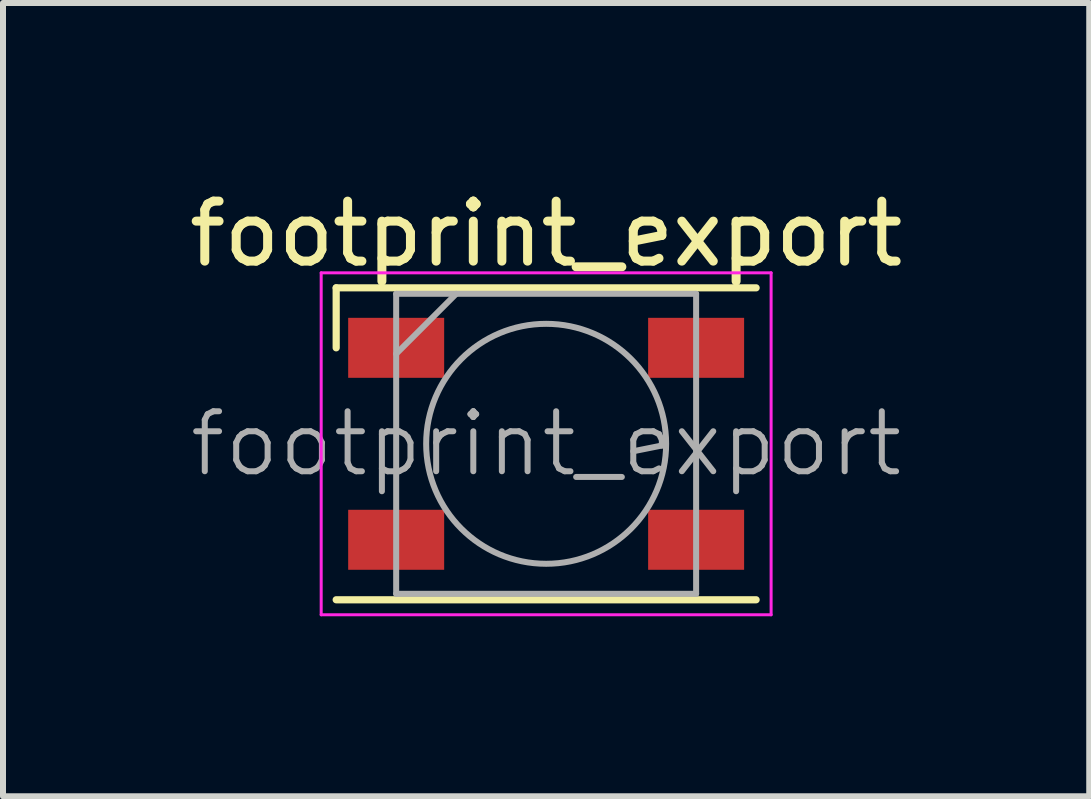
<source format=kicad_pcb>
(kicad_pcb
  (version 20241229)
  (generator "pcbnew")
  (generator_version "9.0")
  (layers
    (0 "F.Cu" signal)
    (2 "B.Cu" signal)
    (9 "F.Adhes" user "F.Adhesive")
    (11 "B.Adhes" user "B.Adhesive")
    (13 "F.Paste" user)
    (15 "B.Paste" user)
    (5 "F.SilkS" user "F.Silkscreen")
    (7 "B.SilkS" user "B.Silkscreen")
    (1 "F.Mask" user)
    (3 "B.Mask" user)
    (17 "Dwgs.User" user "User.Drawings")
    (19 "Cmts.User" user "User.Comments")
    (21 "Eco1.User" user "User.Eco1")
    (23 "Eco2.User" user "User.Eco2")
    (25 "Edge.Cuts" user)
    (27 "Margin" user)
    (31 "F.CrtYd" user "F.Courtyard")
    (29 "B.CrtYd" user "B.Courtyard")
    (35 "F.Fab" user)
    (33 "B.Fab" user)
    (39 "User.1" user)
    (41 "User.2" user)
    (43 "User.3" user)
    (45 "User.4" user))
  (footprint "footprint_export"
    (layer "F.Cu")
    (at 6.054 4.348)
    (property "Reference" "footprint_export" (at 0 -3.5 0) (layer "F.SilkS") (effects (font (size 1 1) (thickness 0.15))))
    (attr smd)
    (fp_line (start -3.5 -2.6) (end 3.5 -2.6) (stroke (width 0.12) (type solid)) (layer "F.SilkS"))
    (fp_line (start -3.5 -1.6) (end -3.5 -2.6) (stroke (width 0.12) (type solid)) (layer "F.SilkS"))
    (fp_line (start -3.5 2.6) (end 3.5 2.6) (stroke (width 0.12) (type solid)) (layer "F.SilkS"))
    (fp_line (start -3.75 -2.85) (end -3.75 2.85) (stroke (width 0.05) (type solid)) (layer "F.CrtYd"))
    (fp_line (start -3.75 2.85) (end 3.75 2.85) (stroke (width 0.05) (type solid)) (layer "F.CrtYd"))
    (fp_line (start 3.75 -2.85) (end -3.75 -2.85) (stroke (width 0.05) (type solid)) (layer "F.CrtYd"))
    (fp_line (start 3.75 2.85) (end 3.75 -2.85) (stroke (width 0.05) (type solid)) (layer "F.CrtYd"))
    (fp_line (start -2.5 -2.5) (end -2.5 2.5) (stroke (width 0.1) (type solid)) (layer "F.Fab"))
    (fp_line (start -2.5 2.5) (end 2.5 2.5) (stroke (width 0.1) (type solid)) (layer "F.Fab"))
    (fp_line (start -1.5 -2.5) (end -2.5 -1.5) (stroke (width 0.1) (type solid)) (layer "F.Fab"))
    (fp_line (start 2.5 -2.5) (end -2.5 -2.5) (stroke (width 0.1) (type solid)) (layer "F.Fab"))
    (fp_line (start 2.5 2.5) (end 2.5 -2.5) (stroke (width 0.1) (type solid)) (layer "F.Fab"))
    (fp_circle (center 0 0) (end 0 -2) (stroke (width 0.1) (type solid)) (fill no) (layer "F.Fab"))
    (fp_text user "${REFERENCE}" (at 0 0 0) (layer "F.Fab") (effects (font (size 1 1) (thickness 0.1))))
    (pad "1" smd rect (at -2.5 -1.6) (size 1.6 1) (layers "F.Cu" "F.Mask" "F.Paste"))
    (pad "2" smd rect (at 2.5 -1.6) (size 1.6 1) (layers "F.Cu" "F.Mask" "F.Paste"))
    (pad "3" smd rect (at 2.5 1.6) (size 1.6 1) (layers "F.Cu" "F.Mask" "F.Paste"))
    (pad "4" smd rect (at -2.5 1.6) (size 1.6 1) (layers "F.Cu" "F.Mask" "F.Paste")))
  (gr_rect
    (start -3 -3)
    (end 15.107 10.223)
    (stroke (width 0.1) (type default))
    (fill no)
    (layer "Edge.Cuts")))
</source>
